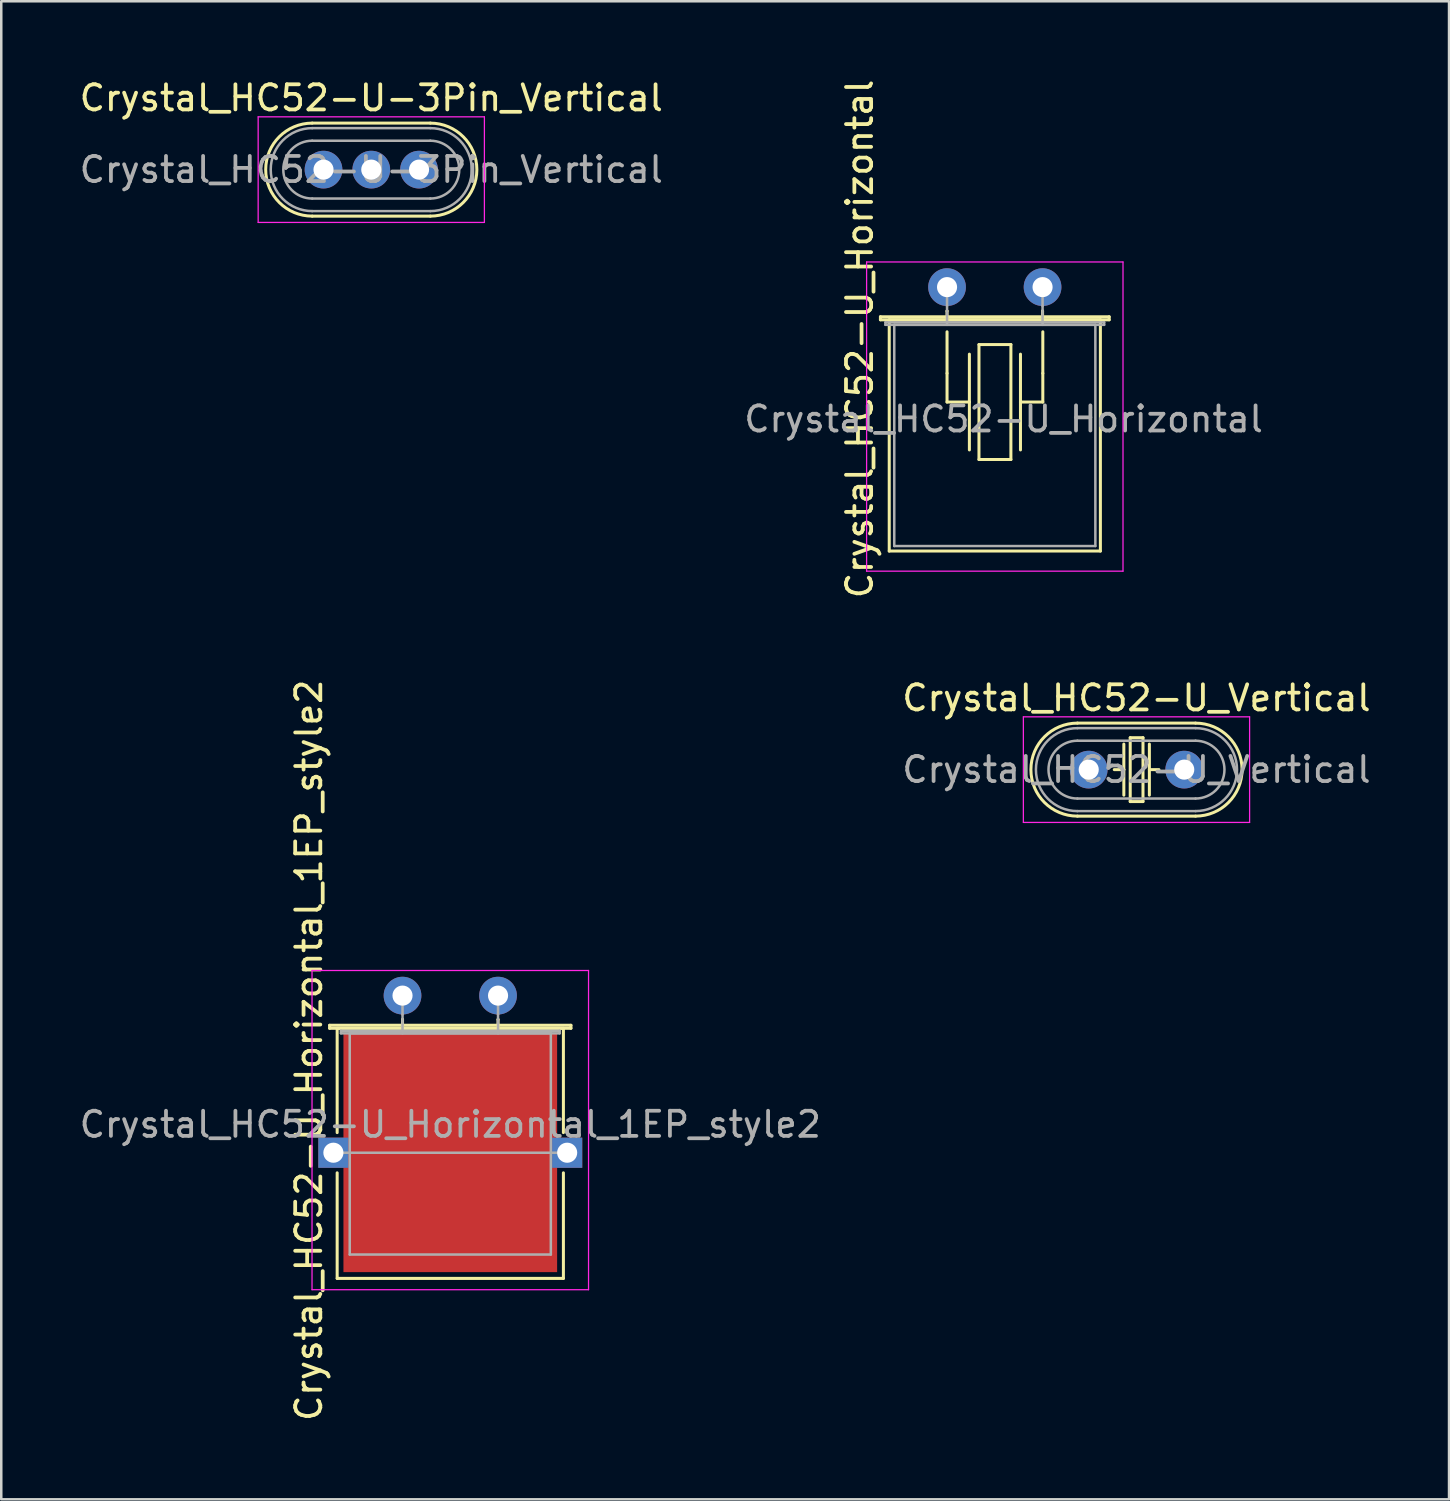
<source format=kicad_pcb>
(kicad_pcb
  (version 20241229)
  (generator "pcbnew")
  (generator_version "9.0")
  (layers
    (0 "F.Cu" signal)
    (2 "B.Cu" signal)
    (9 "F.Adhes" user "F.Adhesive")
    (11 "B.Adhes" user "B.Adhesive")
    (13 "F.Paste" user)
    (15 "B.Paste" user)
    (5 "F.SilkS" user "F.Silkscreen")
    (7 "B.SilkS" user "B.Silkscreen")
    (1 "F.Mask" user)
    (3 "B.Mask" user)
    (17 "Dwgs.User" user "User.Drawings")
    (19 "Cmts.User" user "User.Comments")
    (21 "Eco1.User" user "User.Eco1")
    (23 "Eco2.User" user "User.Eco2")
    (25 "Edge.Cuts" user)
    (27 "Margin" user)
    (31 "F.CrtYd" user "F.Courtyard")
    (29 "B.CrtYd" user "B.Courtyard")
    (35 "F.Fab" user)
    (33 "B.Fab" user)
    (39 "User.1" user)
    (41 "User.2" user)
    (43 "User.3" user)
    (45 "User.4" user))
  (footprint "Crystal_HC52-U_Horizontal_1EP_style2"
    (layer "F.Cu")
    (at 12.963 36.557)
    (property "Reference" "Crystal_HC52-U_Horizontal_1EP_style2" (at -3.725 2.175 90) (layer "F.SilkS") (effects (font (size 1 1) (thickness 0.15))))
    (attr through_hole)
    (fp_line (start -2.9 1.18) (end 6.7 1.18) (stroke (width 0.12) (type solid)) (layer "F.SilkS"))
    (fp_line (start -2.9 1.3) (end -2.9 1.18) (stroke (width 0.12) (type solid)) (layer "F.SilkS"))
    (fp_line (start -2.6 5.45) (end -2.6 1.3) (stroke (width 0.12) (type solid)) (layer "F.SilkS"))
    (fp_line (start -2.6 7.05) (end -2.6 11.25) (stroke (width 0.12) (type solid)) (layer "F.SilkS"))
    (fp_line (start -2.6 11.25) (end 6.4 11.25) (stroke (width 0.12) (type solid)) (layer "F.SilkS"))
    (fp_line (start -2.55 1.3) (end 6.35 1.3) (stroke (width 0.12) (type solid)) (layer "F.SilkS"))
    (fp_line (start 0 0.95) (end 0 0.95) (stroke (width 0.12) (type solid)) (layer "F.SilkS"))
    (fp_line (start 0 1.3) (end 0 0.95) (stroke (width 0.12) (type solid)) (layer "F.SilkS"))
    (fp_line (start 3.8 0.95) (end 3.8 0.95) (stroke (width 0.12) (type solid)) (layer "F.SilkS"))
    (fp_line (start 3.8 1.3) (end 3.8 0.95) (stroke (width 0.12) (type solid)) (layer "F.SilkS"))
    (fp_line (start 6.4 1.3) (end 6.4 5.45) (stroke (width 0.12) (type solid)) (layer "F.SilkS"))
    (fp_line (start 6.4 11.25) (end 6.4 7.05) (stroke (width 0.12) (type solid)) (layer "F.SilkS"))
    (fp_line (start 6.7 1.18) (end 6.7 1.3) (stroke (width 0.12) (type solid)) (layer "F.SilkS"))
    (fp_line (start 6.7 1.3) (end -2.9 1.3) (stroke (width 0.12) (type solid)) (layer "F.SilkS"))
    (fp_line (start -3.6 -1) (end -3.6 11.7) (stroke (width 0.05) (type solid)) (layer "F.CrtYd"))
    (fp_line (start -3.6 11.7) (end 7.4 11.7) (stroke (width 0.05) (type solid)) (layer "F.CrtYd"))
    (fp_line (start 7.4 -1) (end -3.6 -1) (stroke (width 0.05) (type solid)) (layer "F.CrtYd"))
    (fp_line (start 7.4 11.7) (end 7.4 -1) (stroke (width 0.05) (type solid)) (layer "F.CrtYd"))
    (fp_line (start -2.75 6.25) (end 6.55 6.25) (stroke (width 0.1) (type solid)) (layer "F.Fab"))
    (fp_line (start -2.45 1.4) (end 6.25 1.4) (stroke (width 0.1) (type solid)) (layer "F.Fab"))
    (fp_line (start -2.45 1.5) (end -2.45 1.4) (stroke (width 0.1) (type solid)) (layer "F.Fab"))
    (fp_line (start -2.1 1.5) (end -2.1 10.3) (stroke (width 0.1) (type solid)) (layer "F.Fab"))
    (fp_line (start -2.1 10.3) (end 5.9 10.3) (stroke (width 0.1) (type solid)) (layer "F.Fab"))
    (fp_line (start 0 0.75) (end 0 0) (stroke (width 0.1) (type solid)) (layer "F.Fab"))
    (fp_line (start 0 1.5) (end 0 0.75) (stroke (width 0.1) (type solid)) (layer "F.Fab"))
    (fp_line (start 3.8 0.75) (end 3.8 0) (stroke (width 0.1) (type solid)) (layer "F.Fab"))
    (fp_line (start 3.8 1.5) (end 3.8 0.75) (stroke (width 0.1) (type solid)) (layer "F.Fab"))
    (fp_line (start 5.9 1.5) (end -2.1 1.5) (stroke (width 0.1) (type solid)) (layer "F.Fab"))
    (fp_line (start 5.9 10.3) (end 5.9 1.5) (stroke (width 0.1) (type solid)) (layer "F.Fab"))
    (fp_line (start 6.25 1.4) (end 6.25 1.5) (stroke (width 0.1) (type solid)) (layer "F.Fab"))
    (fp_line (start 6.25 1.5) (end -2.45 1.5) (stroke (width 0.1) (type solid)) (layer "F.Fab"))
    (fp_text user "${REFERENCE}" (at 1.9 5.125 0) (layer "F.Fab") (effects (font (size 1 1) (thickness 0.15))))
    (pad "1" thru_hole circle (at 0 0) (size 1.5 1.5) (drill 0.8) (layers "*.Cu" "*.Mask"))
    (pad "2" thru_hole circle (at 3.8 0) (size 1.5 1.5) (drill 0.8) (layers "*.Cu" "*.Mask"))
    (pad "3" thru_hole rect (at -2.75 6.25) (size 1.2 1.2) (drill 0.8) (layers "*.Cu" "*.Mask"))
    (pad "3" smd rect (at 1.9 6.25) (size 8.5 9.5) (layers "F.Cu" "F.Mask" "F.Paste"))
    (pad "3" thru_hole rect (at 6.55 6.25) (size 1.2 1.2) (drill 0.8) (layers "*.Cu" "*.Mask")))
  (footprint "Crystal_HC52-U_Horizontal"
    (layer "F.Cu")
    (at 34.625 8.372)
    (property "Reference" "Crystal_HC52-U_Horizontal" (at -3.475 2.062 90) (layer "F.SilkS") (effects (font (size 1 1) (thickness 0.15))))
    (attr through_hole)
    (fp_line (start -2.65 1.18) (end 6.45 1.18) (stroke (width 0.12) (type solid)) (layer "F.SilkS"))
    (fp_line (start -2.65 1.3) (end -2.65 1.18) (stroke (width 0.12) (type solid)) (layer "F.SilkS"))
    (fp_line (start -2.3 1.3) (end -2.3 10.5) (stroke (width 0.12) (type solid)) (layer "F.SilkS"))
    (fp_line (start -2.3 10.5) (end 6.1 10.5) (stroke (width 0.12) (type solid)) (layer "F.SilkS"))
    (fp_line (start 0 0.95) (end 0 0.95) (stroke (width 0.12) (type solid)) (layer "F.SilkS"))
    (fp_line (start 0 1.3) (end 0 0.95) (stroke (width 0.12) (type solid)) (layer "F.SilkS"))
    (fp_line (start 0 1.778) (end 0 3.429) (stroke (width 0.12) (type solid)) (layer "F.SilkS"))
    (fp_line (start 0 3.429) (end 0 4.572) (stroke (width 0.12) (type solid)) (layer "F.SilkS"))
    (fp_line (start 0 4.572) (end 0.889 4.572) (stroke (width 0.12) (type solid)) (layer "F.SilkS"))
    (fp_line (start 0.889 4.572) (end 0.889 2.667) (stroke (width 0.12) (type solid)) (layer "F.SilkS"))
    (fp_line (start 0.889 6.477) (end 0.889 4.572) (stroke (width 0.12) (type solid)) (layer "F.SilkS"))
    (fp_line (start 1.27 2.286) (end 1.27 6.858) (stroke (width 0.12) (type solid)) (layer "F.SilkS"))
    (fp_line (start 1.27 6.858) (end 2.54 6.858) (stroke (width 0.12) (type solid)) (layer "F.SilkS"))
    (fp_line (start 2.54 2.286) (end 1.27 2.286) (stroke (width 0.12) (type solid)) (layer "F.SilkS"))
    (fp_line (start 2.54 6.858) (end 2.54 2.286) (stroke (width 0.12) (type solid)) (layer "F.SilkS"))
    (fp_line (start 2.921 2.667) (end 2.921 4.572) (stroke (width 0.12) (type solid)) (layer "F.SilkS"))
    (fp_line (start 2.921 4.572) (end 2.921 6.477) (stroke (width 0.12) (type solid)) (layer "F.SilkS"))
    (fp_line (start 3.8 0.95) (end 3.8 0.95) (stroke (width 0.12) (type solid)) (layer "F.SilkS"))
    (fp_line (start 3.8 1.3) (end 3.8 0.95) (stroke (width 0.12) (type solid)) (layer "F.SilkS"))
    (fp_line (start 3.81 1.778) (end 3.81 3.429) (stroke (width 0.12) (type solid)) (layer "F.SilkS"))
    (fp_line (start 3.81 3.429) (end 3.81 4.572) (stroke (width 0.12) (type solid)) (layer "F.SilkS"))
    (fp_line (start 3.81 4.572) (end 2.921 4.572) (stroke (width 0.12) (type solid)) (layer "F.SilkS"))
    (fp_line (start 6.1 1.3) (end -2.3 1.3) (stroke (width 0.12) (type solid)) (layer "F.SilkS"))
    (fp_line (start 6.1 10.5) (end 6.1 1.3) (stroke (width 0.12) (type solid)) (layer "F.SilkS"))
    (fp_line (start 6.45 1.18) (end 6.45 1.3) (stroke (width 0.12) (type solid)) (layer "F.SilkS"))
    (fp_line (start 6.45 1.3) (end -2.65 1.3) (stroke (width 0.12) (type solid)) (layer "F.SilkS"))
    (fp_line (start -3.2 -1) (end -3.2 11.3) (stroke (width 0.05) (type solid)) (layer "F.CrtYd"))
    (fp_line (start -3.2 11.3) (end 7 11.3) (stroke (width 0.05) (type solid)) (layer "F.CrtYd"))
    (fp_line (start 7 -1) (end -3.2 -1) (stroke (width 0.05) (type solid)) (layer "F.CrtYd"))
    (fp_line (start 7 11.3) (end 7 -1) (stroke (width 0.05) (type solid)) (layer "F.CrtYd"))
    (fp_line (start -2.45 1.4) (end 6.25 1.4) (stroke (width 0.1) (type solid)) (layer "F.Fab"))
    (fp_line (start -2.45 1.5) (end -2.45 1.4) (stroke (width 0.1) (type solid)) (layer "F.Fab"))
    (fp_line (start -2.1 1.5) (end -2.1 10.3) (stroke (width 0.1) (type solid)) (layer "F.Fab"))
    (fp_line (start -2.1 10.3) (end 5.9 10.3) (stroke (width 0.1) (type solid)) (layer "F.Fab"))
    (fp_line (start 0 0.75) (end 0 0) (stroke (width 0.1) (type solid)) (layer "F.Fab"))
    (fp_line (start 0 1.5) (end 0 0.75) (stroke (width 0.1) (type solid)) (layer "F.Fab"))
    (fp_line (start 3.8 0.75) (end 3.8 0) (stroke (width 0.1) (type solid)) (layer "F.Fab"))
    (fp_line (start 3.8 1.5) (end 3.8 0.75) (stroke (width 0.1) (type solid)) (layer "F.Fab"))
    (fp_line (start 5.9 1.5) (end -2.1 1.5) (stroke (width 0.1) (type solid)) (layer "F.Fab"))
    (fp_line (start 5.9 10.3) (end 5.9 1.5) (stroke (width 0.1) (type solid)) (layer "F.Fab"))
    (fp_line (start 6.25 1.4) (end 6.25 1.5) (stroke (width 0.1) (type solid)) (layer "F.Fab"))
    (fp_line (start 6.25 1.5) (end -2.45 1.5) (stroke (width 0.1) (type solid)) (layer "F.Fab"))
    (fp_text user "${REFERENCE}" (at 2.25 5.25 0) (layer "F.Fab") (effects (font (size 1 1) (thickness 0.15))))
    (pad "1" thru_hole circle (at 0 0) (size 1.5 1.5) (drill 0.8) (layers "*.Cu" "*.Mask"))
    (pad "2" thru_hole circle (at 3.8 0) (size 1.5 1.5) (drill 0.8) (layers "*.Cu" "*.Mask")))
  (footprint "Crystal_HC52-U_Vertical"
    (layer "F.Cu")
    (at 40.261 27.567)
    (property "Reference" "Crystal_HC52-U_Vertical" (at 1.9 -2.85 0) (layer "F.SilkS") (effects (font (size 1 1) (thickness 0.15))))
    (attr through_hole)
    (fp_line (start -0.45 -1.85) (end 4.25 -1.85) (stroke (width 0.12) (type solid)) (layer "F.SilkS"))
    (fp_line (start -0.45 1.85) (end 4.25 1.85) (stroke (width 0.12) (type solid)) (layer "F.SilkS"))
    (fp_line (start 1.016 0) (end 1.397 0) (stroke (width 0.12) (type solid)) (layer "F.SilkS"))
    (fp_line (start 1.397 0) (end 1.397 -1.016) (stroke (width 0.12) (type solid)) (layer "F.SilkS"))
    (fp_line (start 1.397 0) (end 1.397 1.016) (stroke (width 0.12) (type solid)) (layer "F.SilkS"))
    (fp_line (start 1.651 -1.27) (end 1.651 1.27) (stroke (width 0.12) (type solid)) (layer "F.SilkS"))
    (fp_line (start 1.651 1.27) (end 2.159 1.27) (stroke (width 0.12) (type solid)) (layer "F.SilkS"))
    (fp_line (start 2.159 -1.27) (end 1.651 -1.27) (stroke (width 0.12) (type solid)) (layer "F.SilkS"))
    (fp_line (start 2.159 1.27) (end 2.159 -1.27) (stroke (width 0.12) (type solid)) (layer "F.SilkS"))
    (fp_line (start 2.413 -1.016) (end 2.413 1.016) (stroke (width 0.12) (type solid)) (layer "F.SilkS"))
    (fp_line (start 2.413 0) (end 2.794 0) (stroke (width 0.12) (type solid)) (layer "F.SilkS"))
    (fp_arc (start -0.45 1.85) (mid -2.3 0) (end -0.45 -1.85) (stroke (width 0.12) (type solid)) (layer "F.SilkS"))
    (fp_arc (start 4.25 -1.85) (mid 6.1 0) (end 4.25 1.85) (stroke (width 0.12) (type solid)) (layer "F.SilkS"))
    (fp_line (start -2.6 -2.1) (end -2.6 2.1) (stroke (width 0.05) (type solid)) (layer "F.CrtYd"))
    (fp_line (start -2.6 2.1) (end 6.4 2.1) (stroke (width 0.05) (type solid)) (layer "F.CrtYd"))
    (fp_line (start 6.4 -2.1) (end -2.6 -2.1) (stroke (width 0.05) (type solid)) (layer "F.CrtYd"))
    (fp_line (start 6.4 2.1) (end 6.4 -2.1) (stroke (width 0.05) (type solid)) (layer "F.CrtYd"))
    (fp_line (start -0.45 -1.65) (end 4.25 -1.65) (stroke (width 0.1) (type solid)) (layer "F.Fab"))
    (fp_line (start -0.45 -1.15) (end 4.25 -1.15) (stroke (width 0.1) (type solid)) (layer "F.Fab"))
    (fp_line (start -0.45 1.15) (end 4.25 1.15) (stroke (width 0.1) (type solid)) (layer "F.Fab"))
    (fp_line (start -0.45 1.65) (end 4.25 1.65) (stroke (width 0.1) (type solid)) (layer "F.Fab"))
    (fp_arc (start -0.45 1.15) (mid -1.6 0) (end -0.45 -1.15) (stroke (width 0.1) (type solid)) (layer "F.Fab"))
    (fp_arc (start -0.45 1.65) (mid -2.1 0) (end -0.45 -1.65) (stroke (width 0.1) (type solid)) (layer "F.Fab"))
    (fp_arc (start 4.25 -1.65) (mid 5.9 0) (end 4.25 1.65) (stroke (width 0.1) (type solid)) (layer "F.Fab"))
    (fp_arc (start 4.25 -1.15) (mid 5.4 0) (end 4.25 1.15) (stroke (width 0.1) (type solid)) (layer "F.Fab"))
    (fp_text user "${REFERENCE}" (at 1.9 0 0) (layer "F.Fab") (effects (font (size 1 1) (thickness 0.15))))
    (pad "1" thru_hole circle (at 0 0) (size 1.5 1.5) (drill 0.8) (layers "*.Cu" "*.Mask"))
    (pad "2" thru_hole circle (at 3.8 0) (size 1.5 1.5) (drill 0.8) (layers "*.Cu" "*.Mask")))
  (footprint "Crystal_HC52-U-3Pin_Vertical"
    (layer "F.Cu")
    (at 9.82 3.698)
    (property "Reference" "Crystal_HC52-U-3Pin_Vertical" (at 1.9 -2.85 0) (layer "F.SilkS") (effects (font (size 1 1) (thickness 0.15))))
    (attr through_hole)
    (fp_line (start -0.45 -1.85) (end 4.25 -1.85) (stroke (width 0.12) (type solid)) (layer "F.SilkS"))
    (fp_line (start -0.45 1.85) (end 4.25 1.85) (stroke (width 0.12) (type solid)) (layer "F.SilkS"))
    (fp_arc (start -0.45 1.85) (mid -2.3 0) (end -0.45 -1.85) (stroke (width 0.12) (type solid)) (layer "F.SilkS"))
    (fp_arc (start 4.25 -1.85) (mid 6.1 0) (end 4.25 1.85) (stroke (width 0.12) (type solid)) (layer "F.SilkS"))
    (fp_line (start -2.6 -2.1) (end -2.6 2.1) (stroke (width 0.05) (type solid)) (layer "F.CrtYd"))
    (fp_line (start -2.6 2.1) (end 6.4 2.1) (stroke (width 0.05) (type solid)) (layer "F.CrtYd"))
    (fp_line (start 6.4 -2.1) (end -2.6 -2.1) (stroke (width 0.05) (type solid)) (layer "F.CrtYd"))
    (fp_line (start 6.4 2.1) (end 6.4 -2.1) (stroke (width 0.05) (type solid)) (layer "F.CrtYd"))
    (fp_line (start -0.45 -1.65) (end 4.25 -1.65) (stroke (width 0.1) (type solid)) (layer "F.Fab"))
    (fp_line (start -0.45 -1.15) (end 4.25 -1.15) (stroke (width 0.1) (type solid)) (layer "F.Fab"))
    (fp_line (start -0.45 1.15) (end 4.25 1.15) (stroke (width 0.1) (type solid)) (layer "F.Fab"))
    (fp_line (start -0.45 1.65) (end 4.25 1.65) (stroke (width 0.1) (type solid)) (layer "F.Fab"))
    (fp_arc (start -0.45 1.15) (mid -1.6 0) (end -0.45 -1.15) (stroke (width 0.1) (type solid)) (layer "F.Fab"))
    (fp_arc (start -0.45 1.65) (mid -2.1 0) (end -0.45 -1.65) (stroke (width 0.1) (type solid)) (layer "F.Fab"))
    (fp_arc (start 4.25 -1.65) (mid 5.9 0) (end 4.25 1.65) (stroke (width 0.1) (type solid)) (layer "F.Fab"))
    (fp_arc (start 4.25 -1.15) (mid 5.4 0) (end 4.25 1.15) (stroke (width 0.1) (type solid)) (layer "F.Fab"))
    (fp_text user "${REFERENCE}" (at 1.9 0 0) (layer "F.Fab") (effects (font (size 1 1) (thickness 0.15))))
    (pad "1" thru_hole circle (at 0 0) (size 1.5 1.5) (drill 0.8) (layers "*.Cu" "*.Mask"))
    (pad "2" thru_hole circle (at 1.9 0) (size 1.5 1.5) (drill 0.8) (layers "*.Cu" "*.Mask"))
    (pad "3" thru_hole circle (at 3.8 0) (size 1.5 1.5) (drill 0.8) (layers "*.Cu" "*.Mask")))
  (gr_rect
    (start -3 -3)
    (end 54.595 56.595)
    (stroke (width 0.1) (type default))
    (fill no)
    (layer "Edge.Cuts")))
</source>
